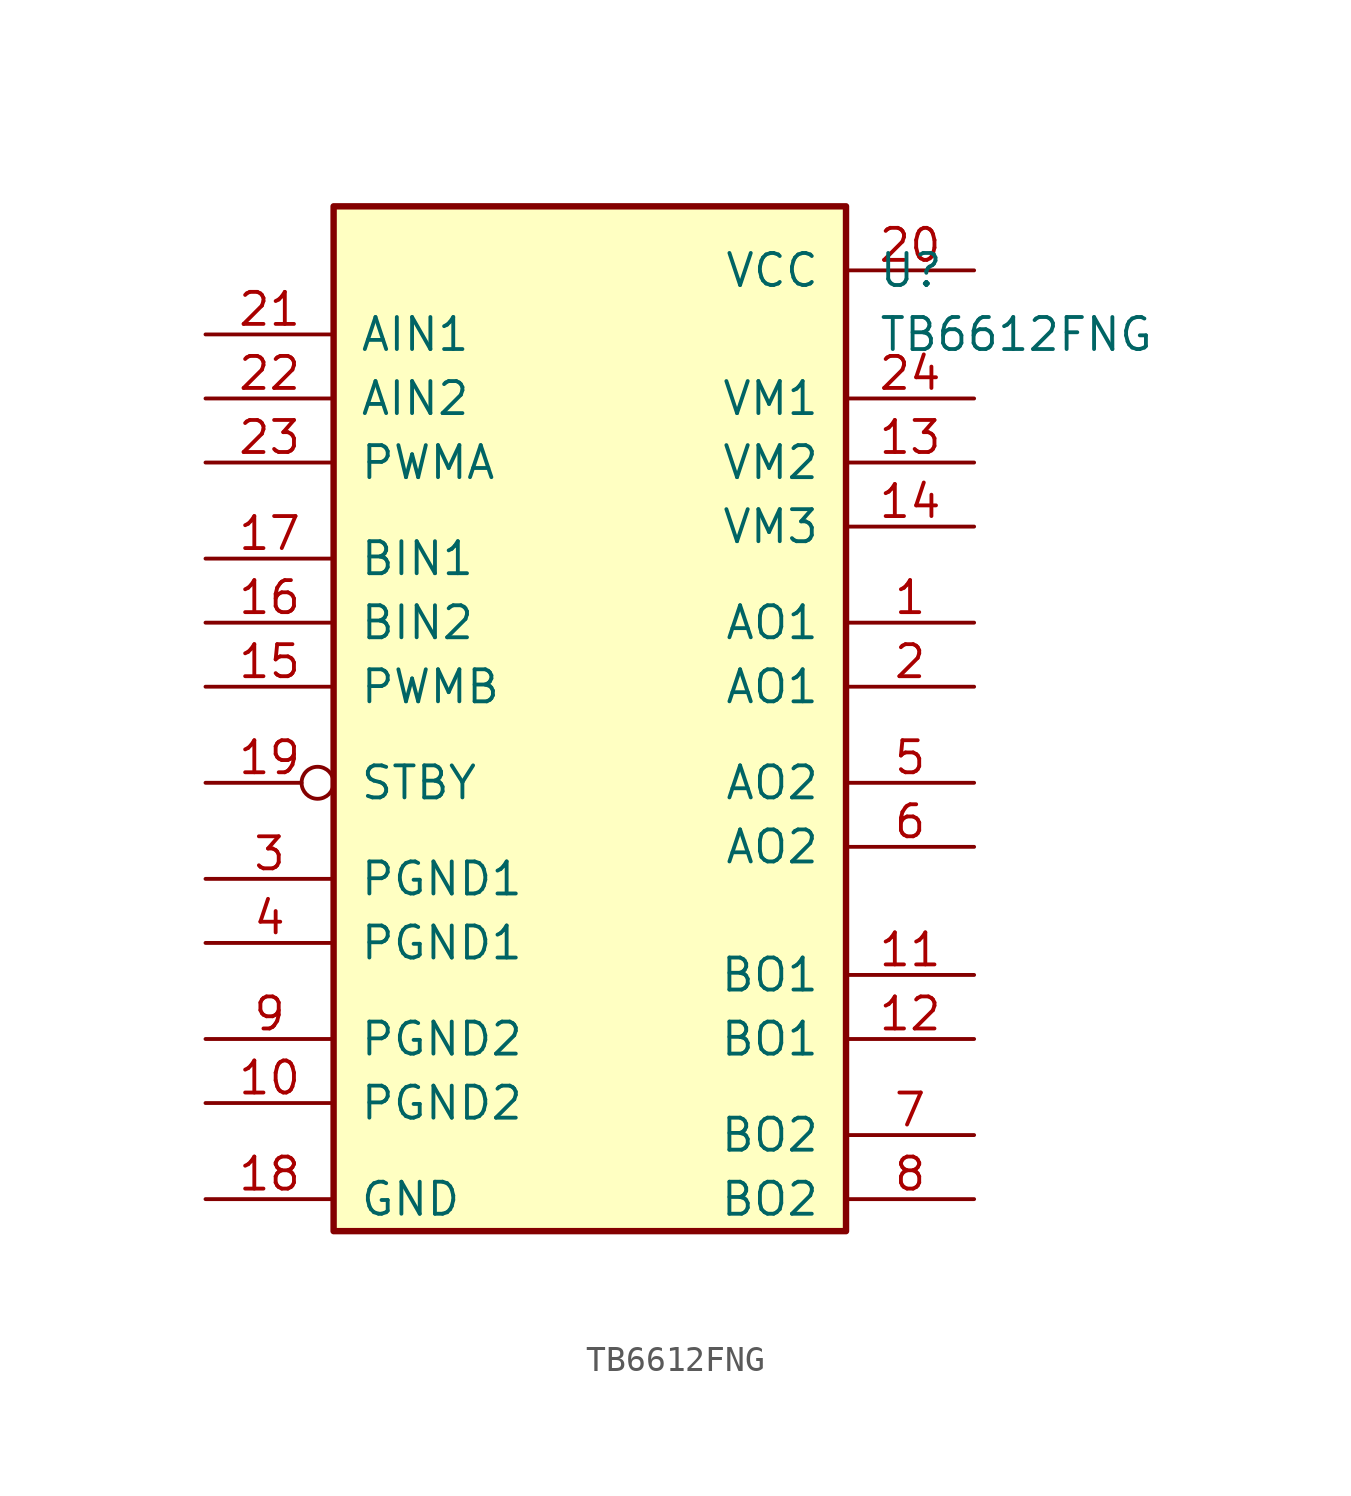
<source format=kicad_sym>
(kicad_symbol_lib
  (version 20231120)
  (generator "kicad_symbol_editor")
  (generator_version "8.0")
  (symbol "TB6612FNG"
    (pin_names
      (offset 1.016))
    (property "Reference" "U"
      (at 11.43 17.78 0)
      (effects (font (size 1.27 1.27)) (justify left)))
    (property "Value" "TB6612FNG"
      (at 11.43 15.24 0)
      (effects (font (size 1.27 1.27)) (justify left)))
    (symbol "TB6612FNG_0_1"
      (rectangle (start -10.16 20.32) (end 10.16 -20.32) (stroke (width 0.254) (type default)) (fill (type background))))
    (symbol "TB6612FNG_1_1"
      (pin output line (at 15.24 3.81 180) (length 5.08) (name "AO1" (effects (font (size 1.27 1.27)))) (number "1" (effects (font (size 1.27 1.27)))))
      (pin power_in line (at -15.24 -15.24 0) (length 5.08) (name "PGND2" (effects (font (size 1.27 1.27)))) (number "10" (effects (font (size 1.27 1.27)))))
      (pin output line (at 15.24 -10.16 180) (length 5.08) (name "BO1" (effects (font (size 1.27 1.27)))) (number "11" (effects (font (size 1.27 1.27)))))
      (pin output line (at 15.24 -12.7 180) (length 5.08) (name "BO1" (effects (font (size 1.27 1.27)))) (number "12" (effects (font (size 1.27 1.27)))))
      (pin power_in line (at 15.24 10.16 180) (length 5.08) (name "VM2" (effects (font (size 1.27 1.27)))) (number "13" (effects (font (size 1.27 1.27)))))
      (pin power_in line (at 15.24 7.62 180) (length 5.08) (name "VM3" (effects (font (size 1.27 1.27)))) (number "14" (effects (font (size 1.27 1.27)))))
      (pin input line (at -15.24 1.27 0) (length 5.08) (name "PWMB" (effects (font (size 1.27 1.27)))) (number "15" (effects (font (size 1.27 1.27)))))
      (pin input line (at -15.24 3.81 0) (length 5.08) (name "BIN2" (effects (font (size 1.27 1.27)))) (number "16" (effects (font (size 1.27 1.27)))))
      (pin input line (at -15.24 6.35 0) (length 5.08) (name "BIN1" (effects (font (size 1.27 1.27)))) (number "17" (effects (font (size 1.27 1.27)))))
      (pin power_in line (at -15.24 -19.05 0) (length 5.08) (name "GND" (effects (font (size 1.27 1.27)))) (number "18" (effects (font (size 1.27 1.27)))))
      (pin input inverted (at -15.24 -2.54 0) (length 5.08) (name "STBY" (effects (font (size 1.27 1.27)))) (number "19" (effects (font (size 1.27 1.27)))))
      (pin output line (at 15.24 1.27 180) (length 5.08) (name "AO1" (effects (font (size 1.27 1.27)))) (number "2" (effects (font (size 1.27 1.27)))))
      (pin power_in line (at 15.24 17.78 180) (length 5.08) (name "VCC" (effects (font (size 1.27 1.27)))) (number "20" (effects (font (size 1.27 1.27)))))
      (pin input line (at -15.24 15.24 0) (length 5.08) (name "AIN1" (effects (font (size 1.27 1.27)))) (number "21" (effects (font (size 1.27 1.27)))))
      (pin input line (at -15.24 12.7 0) (length 5.08) (name "AIN2" (effects (font (size 1.27 1.27)))) (number "22" (effects (font (size 1.27 1.27)))))
      (pin input line (at -15.24 10.16 0) (length 5.08) (name "PWMA" (effects (font (size 1.27 1.27)))) (number "23" (effects (font (size 1.27 1.27)))))
      (pin power_in line (at 15.24 12.7 180) (length 5.08) (name "VM1" (effects (font (size 1.27 1.27)))) (number "24" (effects (font (size 1.27 1.27)))))
      (pin power_in line (at -15.24 -6.35 0) (length 5.08) (name "PGND1" (effects (font (size 1.27 1.27)))) (number "3" (effects (font (size 1.27 1.27)))))
      (pin power_in line (at -15.24 -8.89 0) (length 5.08) (name "PGND1" (effects (font (size 1.27 1.27)))) (number "4" (effects (font (size 1.27 1.27)))))
      (pin output line (at 15.24 -2.54 180) (length 5.08) (name "AO2" (effects (font (size 1.27 1.27)))) (number "5" (effects (font (size 1.27 1.27)))))
      (pin output line (at 15.24 -5.08 180) (length 5.08) (name "AO2" (effects (font (size 1.27 1.27)))) (number "6" (effects (font (size 1.27 1.27)))))
      (pin output line (at 15.24 -16.51 180) (length 5.08) (name "BO2" (effects (font (size 1.27 1.27)))) (number "7" (effects (font (size 1.27 1.27)))))
      (pin output line (at 15.24 -19.05 180) (length 5.08) (name "BO2" (effects (font (size 1.27 1.27)))) (number "8" (effects (font (size 1.27 1.27)))))
      (pin power_in line (at -15.24 -12.7 0) (length 5.08) (name "PGND2" (effects (font (size 1.27 1.27)))) (number "9" (effects (font (size 1.27 1.27))))))))
</source>
